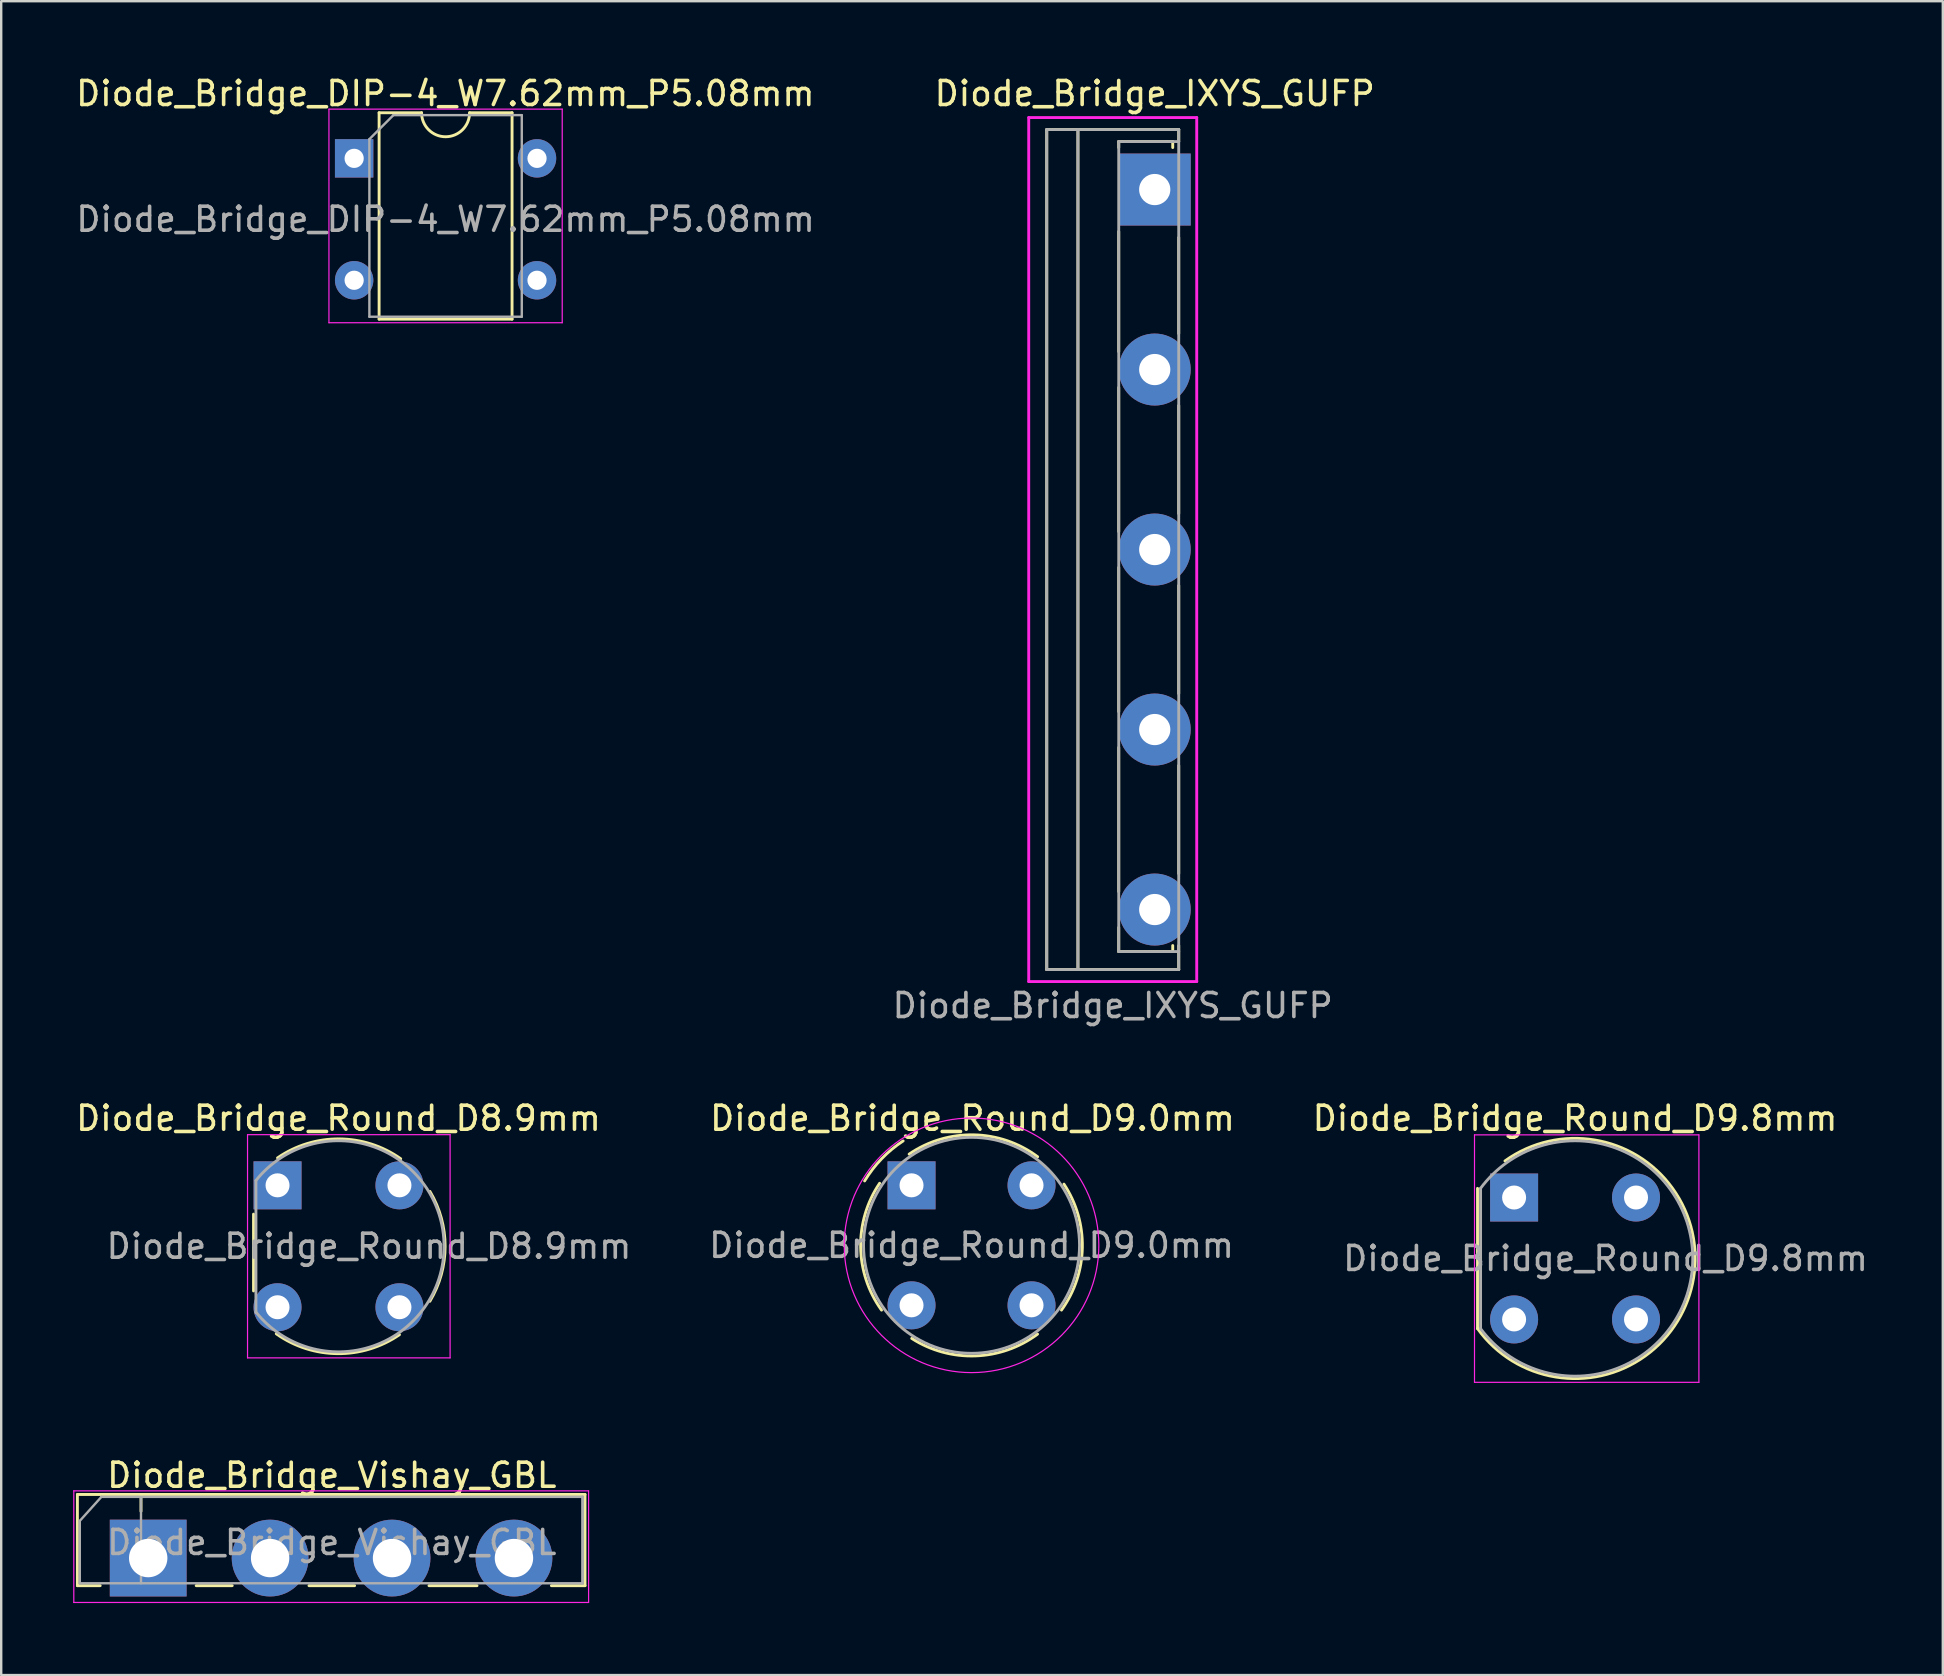
<source format=kicad_pcb>
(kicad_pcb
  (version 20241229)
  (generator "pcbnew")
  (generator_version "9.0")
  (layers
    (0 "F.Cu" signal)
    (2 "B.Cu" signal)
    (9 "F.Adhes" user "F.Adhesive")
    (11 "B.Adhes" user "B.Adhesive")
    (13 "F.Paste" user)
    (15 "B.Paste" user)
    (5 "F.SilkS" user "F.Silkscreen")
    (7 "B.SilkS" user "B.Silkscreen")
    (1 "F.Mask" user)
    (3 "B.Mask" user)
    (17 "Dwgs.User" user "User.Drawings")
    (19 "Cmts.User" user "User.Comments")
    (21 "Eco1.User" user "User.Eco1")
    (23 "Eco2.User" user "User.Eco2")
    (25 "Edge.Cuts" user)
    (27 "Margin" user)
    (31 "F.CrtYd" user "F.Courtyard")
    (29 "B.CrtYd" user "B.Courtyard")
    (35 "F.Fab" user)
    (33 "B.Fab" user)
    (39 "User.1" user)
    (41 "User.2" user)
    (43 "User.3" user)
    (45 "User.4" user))
  (footprint "Diode_Bridge_Round_D8.9mm"
    (layer "F.Cu")
    (at 8.514 46.339)
    (property "Reference" "Diode_Bridge_Round_D8.9mm" (at 2.54 -2.794 0) (layer "F.SilkS") (effects (font (size 1 1) (thickness 0.15))))
    (attr through_hole)
    (fp_line (start -1 1.2) (end -1 4.4) (stroke (width 0.12) (type solid)) (layer "F.SilkS"))
    (fp_arc (start 0 -1.143) (mid 2.571836 -1.933821) (end 5.132157 -1.106479) (stroke (width 0.12) (type solid)) (layer "F.SilkS"))
    (fp_arc (start 5.08 6.223) (mid 2.508164 7.013821) (end -0.052157 6.186479) (stroke (width 0.12) (type solid)) (layer "F.SilkS"))
    (fp_arc (start 6.35 0.254) (mid 6.983184 2.54281) (end 6.347105 4.830818) (stroke (width 0.12) (type solid)) (layer "F.SilkS"))
    (fp_line (start -1.25 -2.11) (end -1.25 7.19) (stroke (width 0.05) (type solid)) (layer "F.CrtYd"))
    (fp_line (start -1.25 -2.11) (end 7.19 -2.11) (stroke (width 0.05) (type solid)) (layer "F.CrtYd"))
    (fp_line (start 7.19 7.19) (end -1.25 7.19) (stroke (width 0.05) (type solid)) (layer "F.CrtYd"))
    (fp_line (start 7.19 7.19) (end 7.19 -2.11) (stroke (width 0.05) (type solid)) (layer "F.CrtYd"))
    (fp_line (start -0.9 -0.2) (end -0.9 5.3) (stroke (width 0.12) (type solid)) (layer "F.Fab"))
    (fp_arc (start -0.9 -0.2) (mid 6.937862 2.542896) (end -0.903606 5.275467) (stroke (width 0.12) (type solid)) (layer "F.Fab"))
    (fp_text user "${REFERENCE}" (at 3.81 2.54 0) (layer "F.Fab") (effects (font (size 1 1) (thickness 0.15))))
    (pad "1" thru_hole rect (at 0 0) (size 2 2) (drill 1) (layers "*.Cu" "*.Mask"))
    (pad "2" thru_hole oval (at 0 5.08) (size 2 2) (drill 1) (layers "*.Cu" "*.Mask"))
    (pad "3" thru_hole oval (at 5.08 0) (size 2 2) (drill 1) (layers "*.Cu" "*.Mask"))
    (pad "4" thru_hole oval (at 5.08 5.08) (size 2 2) (drill 1) (layers "*.Cu" "*.Mask")))
  (footprint "Diode_Bridge_Vishay_GBL"
    (layer "F.Cu")
    (at 3.125 61.87)
    (property "Reference" "Diode_Bridge_Vishay_GBL" (at 7.65 -3.45 0) (layer "F.SilkS") (effects (font (size 1 1) (thickness 0.15))))
    (attr through_hole)
    (fp_line (start -2.95 -2.65) (end -2.95 1.15) (stroke (width 0.12) (type solid)) (layer "F.SilkS"))
    (fp_line (start -2.95 1.15) (end -2 1.15) (stroke (width 0.12) (type solid)) (layer "F.SilkS"))
    (fp_line (start -0.3 -2.65) (end -0.3 -1.95) (stroke (width 0.12) (type solid)) (layer "F.SilkS"))
    (fp_line (start 2 1.15) (end 3.5 1.15) (stroke (width 0.12) (type solid)) (layer "F.SilkS"))
    (fp_line (start 6.7 1.15) (end 8.6 1.15) (stroke (width 0.12) (type solid)) (layer "F.SilkS"))
    (fp_line (start 11.7 1.15) (end 13.7 1.15) (stroke (width 0.12) (type solid)) (layer "F.SilkS"))
    (fp_line (start 16.8 1.15) (end 18.2 1.15) (stroke (width 0.12) (type solid)) (layer "F.SilkS"))
    (fp_line (start 18.2 -2.65) (end -2.95 -2.65) (stroke (width 0.12) (type solid)) (layer "F.SilkS"))
    (fp_line (start 18.2 1.15) (end 18.2 -2.65) (stroke (width 0.12) (type solid)) (layer "F.SilkS"))
    (fp_line (start -3.1 1.85) (end -3.1 -2.8) (stroke (width 0.05) (type solid)) (layer "F.CrtYd"))
    (fp_line (start -3.1 1.85) (end 18.35 1.85) (stroke (width 0.05) (type solid)) (layer "F.CrtYd"))
    (fp_line (start 18.35 -2.8) (end -3.1 -2.8) (stroke (width 0.05) (type solid)) (layer "F.CrtYd"))
    (fp_line (start 18.35 -2.8) (end 18.35 1.85) (stroke (width 0.05) (type solid)) (layer "F.CrtYd"))
    (fp_line (start -2.85 -1.55) (end -2.85 1.05) (stroke (width 0.1) (type solid)) (layer "F.Fab"))
    (fp_line (start -2.85 1.05) (end 18.1 1.05) (stroke (width 0.1) (type solid)) (layer "F.Fab"))
    (fp_line (start -1.95 -2.55) (end -2.85 -1.55) (stroke (width 0.1) (type solid)) (layer "F.Fab"))
    (fp_line (start -0.3 -2.55) (end -0.3 1.05) (stroke (width 0.1) (type solid)) (layer "F.Fab"))
    (fp_line (start 18.1 -2.55) (end -1.95 -2.55) (stroke (width 0.1) (type solid)) (layer "F.Fab"))
    (fp_line (start 18.1 1.05) (end 18.1 -2.55) (stroke (width 0.12) (type solid)) (layer "F.Fab"))
    (fp_text user "${REFERENCE}" (at 7.65 -0.65 0) (layer "F.Fab") (effects (font (size 1 1) (thickness 0.15))))
    (pad "1" thru_hole rect (at 0 0 180) (size 3.2 3.2) (drill 1.6) (layers "*.Cu" "*.Mask"))
    (pad "2" thru_hole circle (at 5.08 0 180) (size 3.2 3.2) (drill 1.6) (layers "*.Cu" "*.Mask"))
    (pad "3" thru_hole circle (at 10.16 0 180) (size 3.2 3.2) (drill 1.6) (layers "*.Cu" "*.Mask"))
    (pad "4" thru_hole circle (at 15.24 0 180) (size 3.2 3.2) (drill 1.6) (layers "*.Cu" "*.Mask")))
  (footprint "Diode_Bridge_Round_D9.0mm"
    (layer "F.Cu")
    (at 34.931 46.339)
    (property "Reference" "Diode_Bridge_Round_D9.0mm" (at 2.54 -2.794 0) (layer "F.SilkS") (effects (font (size 1 1) (thickness 0.15))))
    (attr through_hole)
    (fp_arc (start -1.954487 -0.183757) (mid -1.246061 -1.107219) (end -0.35 -1.85) (stroke (width 0.12) (type solid)) (layer "F.SilkS"))
    (fp_arc (start -1.25 5.2) (mid -2.120355 2.569427) (end -1.329431 -0.086109) (stroke (width 0.12) (type solid)) (layer "F.SilkS"))
    (fp_arc (start -0.1 -1.3) (mid 2.595106 -2.103363) (end 5.254731 -1.189371) (stroke (width 0.12) (type solid)) (layer "F.SilkS"))
    (fp_arc (start 5.25 6.2) (mid 2.657169 7.107363) (end 0.008533 6.3788) (stroke (width 0.12) (type solid)) (layer "F.SilkS"))
    (fp_arc (start 6.35 -0.05) (mid 7.117021 2.590098) (end 6.247584 5.198261) (stroke (width 0.12) (type solid)) (layer "F.SilkS"))
    (fp_circle (center 2.5 2.5) (end -1.3 -1.2) (stroke (width 0.05) (type solid)) (fill no) (layer "F.CrtYd"))
    (fp_arc (start -2 2.5) (mid 7 2.5) (end -2 2.5) (stroke (width 0.12) (type solid)) (layer "F.Fab"))
    (fp_text user "${REFERENCE}" (at 2.5 2.5 0) (layer "F.Fab") (effects (font (size 1 1) (thickness 0.15))))
    (pad "1" thru_hole rect (at 0 0) (size 2 2) (drill 1) (layers "*.Cu" "*.Mask"))
    (pad "2" thru_hole oval (at 0 5) (size 2 2) (drill 1) (layers "*.Cu" "*.Mask"))
    (pad "3" thru_hole oval (at 5 5) (size 2 2) (drill 1) (layers "*.Cu" "*.Mask"))
    (pad "4" thru_hole oval (at 5 0) (size 2 2) (drill 1) (layers "*.Cu" "*.Mask")))
  (footprint "Diode_Bridge_Round_D9.8mm"
    (layer "F.Cu")
    (at 60.038 46.847)
    (property "Reference" "Diode_Bridge_Round_D9.8mm" (at 2.54 -3.302 0) (layer "F.SilkS") (effects (font (size 1 1) (thickness 0.15))))
    (attr through_hole)
    (fp_line (start -1.524 -0.381) (end -1.524 5.461) (stroke (width 0.12) (type solid)) (layer "F.SilkS"))
    (fp_arc (start -0.381 -1.524) (mid 7.479141 3.348223) (end -1.524 5.461) (stroke (width 0.12) (type solid)) (layer "F.SilkS"))
    (fp_line (start -1.65 -2.61) (end -1.65 7.7) (stroke (width 0.05) (type solid)) (layer "F.CrtYd"))
    (fp_line (start -1.65 -2.61) (end 7.7 -2.61) (stroke (width 0.05) (type solid)) (layer "F.CrtYd"))
    (fp_line (start 7.7 7.7) (end -1.65 7.7) (stroke (width 0.05) (type solid)) (layer "F.CrtYd"))
    (fp_line (start 7.7 7.7) (end 7.7 -2.61) (stroke (width 0.05) (type solid)) (layer "F.CrtYd"))
    (fp_line (start -1.397 5.461) (end -1.397 -0.381) (stroke (width 0.12) (type solid)) (layer "F.Fab"))
    (fp_arc (start -1.4 -0.38) (mid 7.444079 2.54366) (end -1.404354 5.454115) (stroke (width 0.12) (type solid)) (layer "F.Fab"))
    (fp_text user "${REFERENCE}" (at 3.81 2.54 0) (layer "F.Fab") (effects (font (size 1 1) (thickness 0.15))))
    (pad "1" thru_hole rect (at 0 0) (size 2 2) (drill 1) (layers "*.Cu" "*.Mask"))
    (pad "2" thru_hole oval (at 0 5.08) (size 2 2) (drill 1) (layers "*.Cu" "*.Mask"))
    (pad "3" thru_hole oval (at 5.08 0) (size 2 2) (drill 1) (layers "*.Cu" "*.Mask"))
    (pad "4" thru_hole oval (at 5.08 5.08) (size 2 2) (drill 1) (layers "*.Cu" "*.Mask")))
  (footprint "Diode_Bridge_DIP-4_W7.62mm_P5.08mm"
    (layer "F.Cu")
    (at 11.706 3.548)
    (property "Reference" "Diode_Bridge_DIP-4_W7.62mm_P5.08mm" (at 3.8 -2.7 0) (layer "F.SilkS") (effects (font (size 1 1) (thickness 0.15))))
    (attr through_hole)
    (fp_line (start 1.04 -1.9) (end 1.04 6.7) (stroke (width 0.12) (type solid)) (layer "F.SilkS"))
    (fp_line (start 1.04 6.7) (end 6.58 6.7) (stroke (width 0.12) (type solid)) (layer "F.SilkS"))
    (fp_line (start 2.81 -1.9) (end 1.04 -1.9) (stroke (width 0.12) (type solid)) (layer "F.SilkS"))
    (fp_line (start 6.58 -1.9) (end 4.81 -1.9) (stroke (width 0.12) (type solid)) (layer "F.SilkS"))
    (fp_line (start 6.58 6.7) (end 6.58 -1.9) (stroke (width 0.12) (type solid)) (layer "F.SilkS"))
    (fp_arc (start 4.81 -1.9) (mid 3.81 -0.9) (end 2.81 -1.9) (stroke (width 0.12) (type solid)) (layer "F.SilkS"))
    (fp_line (start -1.05 -2.05) (end -1.05 6.85) (stroke (width 0.05) (type solid)) (layer "F.CrtYd"))
    (fp_line (start -1.05 -2.05) (end 8.67 -2.05) (stroke (width 0.05) (type solid)) (layer "F.CrtYd"))
    (fp_line (start 8.67 6.85) (end -1.05 6.85) (stroke (width 0.05) (type solid)) (layer "F.CrtYd"))
    (fp_line (start 8.67 6.85) (end 8.67 -2.05) (stroke (width 0.05) (type solid)) (layer "F.CrtYd"))
    (fp_line (start 0.635 -0.8) (end 1.635 -1.8) (stroke (width 0.1) (type solid)) (layer "F.Fab"))
    (fp_line (start 0.635 6.6) (end 0.635 -0.8) (stroke (width 0.1) (type solid)) (layer "F.Fab"))
    (fp_line (start 1.635 -1.8) (end 6.985 -1.8) (stroke (width 0.1) (type solid)) (layer "F.Fab"))
    (fp_line (start 6.985 -1.8) (end 6.985 6.6) (stroke (width 0.1) (type solid)) (layer "F.Fab"))
    (fp_line (start 6.985 6.6) (end 0.635 6.6) (stroke (width 0.1) (type solid)) (layer "F.Fab"))
    (fp_text user "${REFERENCE}" (at 3.81 2.54 0) (layer "F.Fab") (effects (font (size 1 1) (thickness 0.15))))
    (pad "1" thru_hole rect (at 0 0) (size 1.6 1.6) (drill 0.8) (layers "*.Cu" "*.Mask"))
    (pad "2" thru_hole oval (at 0 5.08) (size 1.6 1.6) (drill 0.8) (layers "*.Cu" "*.Mask"))
    (pad "3" thru_hole oval (at 7.62 5.08) (size 1.6 1.6) (drill 0.8) (layers "*.Cu" "*.Mask"))
    (pad "4" thru_hole oval (at 7.62 0) (size 1.6 1.6) (drill 0.8) (layers "*.Cu" "*.Mask")))
  (footprint "Diode_Bridge_IXYS_GUFP"
    (layer "F.Cu")
    (at 45.064 4.848)
    (property "Reference" "Diode_Bridge_IXYS_GUFP" (at 0 -4 0) (layer "F.SilkS") (effects (font (size 1 1) (thickness 0.15))))
    (attr through_hole)
    (fp_line (start -4.5 -2.5) (end -4.5 32.5) (stroke (width 0.12) (type solid)) (layer "F.SilkS"))
    (fp_line (start -3.2 -2.5) (end -3.2 32.5) (stroke (width 0.12) (type solid)) (layer "F.SilkS"))
    (fp_line (start -1.5 -2) (end -1.5 -1.75) (stroke (width 0.12) (type solid)) (layer "F.SilkS"))
    (fp_line (start -1.5 -2) (end 0.5 -2) (stroke (width 0.12) (type solid)) (layer "F.SilkS"))
    (fp_line (start -1.5 1.75) (end -1.5 6.75) (stroke (width 0.12) (type solid)) (layer "F.SilkS"))
    (fp_line (start -1.5 8.25) (end -1.5 14.25) (stroke (width 0.12) (type solid)) (layer "F.SilkS"))
    (fp_line (start -1.5 15.75) (end -1.5 21.75) (stroke (width 0.12) (type solid)) (layer "F.SilkS"))
    (fp_line (start -1.5 23.25) (end -1.5 29.25) (stroke (width 0.12) (type solid)) (layer "F.SilkS"))
    (fp_line (start -1.5 30.75) (end -1.5 31.75) (stroke (width 0.12) (type solid)) (layer "F.SilkS"))
    (fp_line (start -1.5 31.75) (end 0.75 31.75) (stroke (width 0.12) (type solid)) (layer "F.SilkS"))
    (fp_line (start 0.5 -2) (end 0.75 -2) (stroke (width 0.12) (type solid)) (layer "F.SilkS"))
    (fp_line (start 0.75 -2) (end 0.75 -1.75) (stroke (width 0.12) (type solid)) (layer "F.SilkS"))
    (fp_line (start 0.75 31.75) (end 0.75 31.5) (stroke (width 0.12) (type solid)) (layer "F.SilkS"))
    (fp_line (start 1 -2.5) (end -4.5 -2.5) (stroke (width 0.12) (type solid)) (layer "F.SilkS"))
    (fp_line (start 1 -2.5) (end 1 -2) (stroke (width 0.12) (type solid)) (layer "F.SilkS"))
    (fp_line (start 1 2) (end 1 6) (stroke (width 0.12) (type solid)) (layer "F.SilkS"))
    (fp_line (start 1 9) (end 1 13.5) (stroke (width 0.12) (type solid)) (layer "F.SilkS"))
    (fp_line (start 1 16.5) (end 1 21) (stroke (width 0.12) (type solid)) (layer "F.SilkS"))
    (fp_line (start 1 24) (end 1 28.5) (stroke (width 0.12) (type solid)) (layer "F.SilkS"))
    (fp_line (start 1 31.5) (end 1 32.5) (stroke (width 0.12) (type solid)) (layer "F.SilkS"))
    (fp_line (start 1 32.5) (end -4.5 32.5) (stroke (width 0.12) (type solid)) (layer "F.SilkS"))
    (fp_line (start -5.25 -3) (end -5.25 33) (stroke (width 0.12) (type solid)) (layer "F.CrtYd"))
    (fp_line (start -5.25 33) (end 1.75 33) (stroke (width 0.12) (type solid)) (layer "F.CrtYd"))
    (fp_line (start 1.75 -3) (end -5.25 -3) (stroke (width 0.12) (type solid)) (layer "F.CrtYd"))
    (fp_line (start 1.75 33) (end 1.75 -3) (stroke (width 0.12) (type solid)) (layer "F.CrtYd"))
    (fp_line (start -4.5 -2.5) (end -4.5 32.5) (stroke (width 0.12) (type solid)) (layer "F.Fab"))
    (fp_line (start -4.5 32.5) (end 1 32.5) (stroke (width 0.12) (type solid)) (layer "F.Fab"))
    (fp_line (start -3.2 32.5) (end -3.2 -2.5) (stroke (width 0.12) (type solid)) (layer "F.Fab"))
    (fp_line (start -1.5 -2) (end -1.5 31.75) (stroke (width 0.12) (type solid)) (layer "F.Fab"))
    (fp_line (start -1.5 31.75) (end 1 31.75) (stroke (width 0.12) (type solid)) (layer "F.Fab"))
    (fp_line (start 1 -2.5) (end -4.5 -2.5) (stroke (width 0.12) (type solid)) (layer "F.Fab"))
    (fp_line (start 1 -2) (end -1.5 -2) (stroke (width 0.12) (type solid)) (layer "F.Fab"))
    (fp_line (start 1 32.5) (end 1 -2.5) (stroke (width 0.12) (type solid)) (layer "F.Fab"))
    (fp_text user "${REFERENCE}" (at -1.75 34 0) (layer "F.Fab") (effects (font (size 1 1) (thickness 0.15))))
    (pad "1" thru_hole rect (at 0 0) (size 3 3) (drill 1.3) (layers "*.Cu" "*.Mask"))
    (pad "2" thru_hole circle (at 0 7.5) (size 3 3) (drill 1.3) (layers "*.Cu" "*.Mask"))
    (pad "3" thru_hole circle (at 0 15) (size 3 3) (drill 1.3) (layers "*.Cu" "*.Mask"))
    (pad "4" thru_hole circle (at 0 22.5) (size 3 3) (drill 1.3) (layers "*.Cu" "*.Mask"))
    (pad "5" thru_hole circle (at 0 30) (size 3 3) (drill 1.3) (layers "*.Cu" "*.Mask")))
  (gr_rect
    (start -3 -3)
    (end 77.901 66.745)
    (stroke (width 0.1) (type default))
    (fill no)
    (layer "Edge.Cuts")))
</source>
